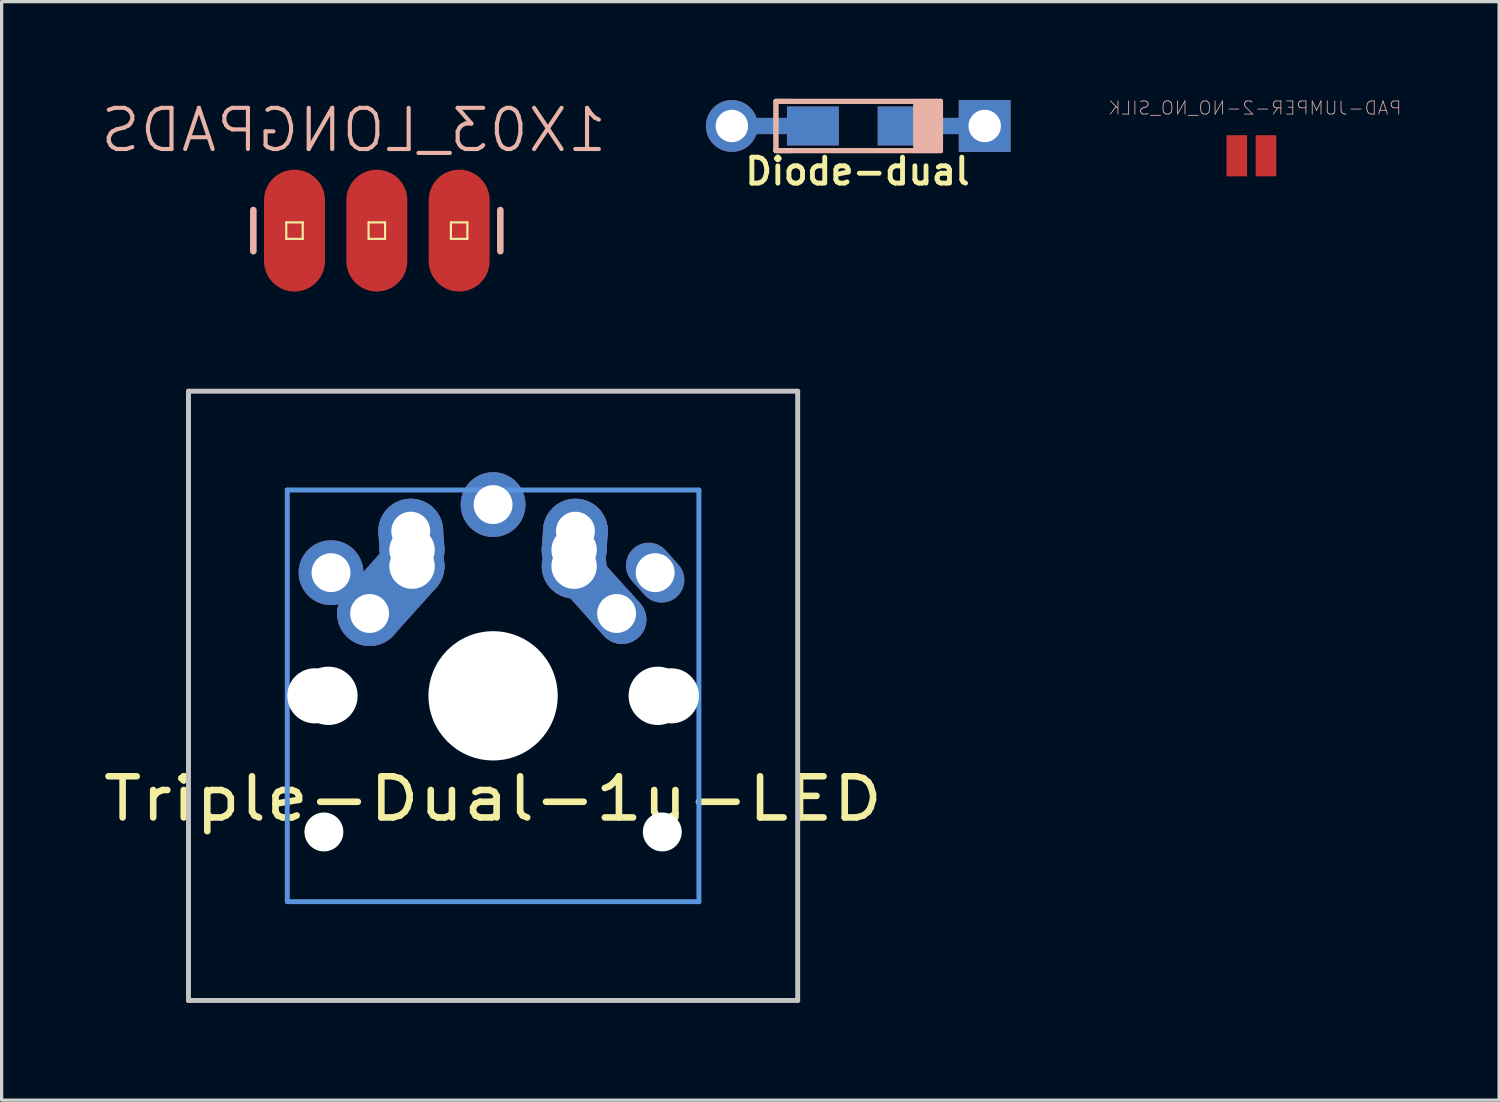
<source format=kicad_pcb>
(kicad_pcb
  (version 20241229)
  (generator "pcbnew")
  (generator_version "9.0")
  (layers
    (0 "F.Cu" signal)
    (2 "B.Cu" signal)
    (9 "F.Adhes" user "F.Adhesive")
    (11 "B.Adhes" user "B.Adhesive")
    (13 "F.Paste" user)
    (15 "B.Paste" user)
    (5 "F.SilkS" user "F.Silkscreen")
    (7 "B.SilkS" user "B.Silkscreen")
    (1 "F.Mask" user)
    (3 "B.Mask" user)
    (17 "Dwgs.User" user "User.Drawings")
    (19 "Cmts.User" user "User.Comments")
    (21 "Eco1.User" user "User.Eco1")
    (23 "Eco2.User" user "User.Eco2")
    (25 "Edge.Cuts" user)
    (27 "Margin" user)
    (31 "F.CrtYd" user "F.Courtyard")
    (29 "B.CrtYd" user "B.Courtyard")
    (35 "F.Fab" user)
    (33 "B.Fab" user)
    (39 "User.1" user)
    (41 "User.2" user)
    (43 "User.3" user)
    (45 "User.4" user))
  (footprint "1X03_LONGPADS"
    (layer "F.Cu")
    (at 6.036 4.065)
    (property "Reference" "1X03_LONGPADS" (at 1.829 -3.099 0) (layer "B.SilkS") (effects (font (size 1.27 1.27) (thickness 0.127)) (justify mirror)))
    (attr exclude_from_pos_files)
    (fp_line (start -0.254 -0.254) (end 0.254 -0.254) (stroke (width 0.066) (type solid)) (layer "F.SilkS"))
    (fp_line (start -0.254 0.254) (end -0.254 -0.254) (stroke (width 0.066) (type solid)) (layer "F.SilkS"))
    (fp_line (start -0.254 0.254) (end 0.254 0.254) (stroke (width 0.066) (type solid)) (layer "F.SilkS"))
    (fp_line (start 0.254 0.254) (end 0.254 -0.254) (stroke (width 0.066) (type solid)) (layer "F.SilkS"))
    (fp_line (start 2.286 -0.254) (end 2.794 -0.254) (stroke (width 0.066) (type solid)) (layer "F.SilkS"))
    (fp_line (start 2.286 0.254) (end 2.286 -0.254) (stroke (width 0.066) (type solid)) (layer "F.SilkS"))
    (fp_line (start 2.286 0.254) (end 2.794 0.254) (stroke (width 0.066) (type solid)) (layer "F.SilkS"))
    (fp_line (start 2.794 0.254) (end 2.794 -0.254) (stroke (width 0.066) (type solid)) (layer "F.SilkS"))
    (fp_line (start 4.826 -0.254) (end 5.334 -0.254) (stroke (width 0.066) (type solid)) (layer "F.SilkS"))
    (fp_line (start 4.826 0.254) (end 4.826 -0.254) (stroke (width 0.066) (type solid)) (layer "F.SilkS"))
    (fp_line (start 4.826 0.254) (end 5.334 0.254) (stroke (width 0.066) (type solid)) (layer "F.SilkS"))
    (fp_line (start 5.334 0.254) (end 5.334 -0.254) (stroke (width 0.066) (type solid)) (layer "F.SilkS"))
    (fp_line (start -1.27 -0.635) (end -1.27 0.635) (stroke (width 0.203) (type solid)) (layer "B.SilkS"))
    (fp_line (start 6.35 -0.635) (end 6.35 0.635) (stroke (width 0.203) (type solid)) (layer "B.SilkS"))
    (pad "1" smd oval (at 0 0) (size 1.88 3.759) (layers "F.Cu" "F.Mask" "F.Paste"))
    (pad "2" smd oval (at 2.54 0) (size 1.88 3.759) (layers "F.Cu" "F.Mask" "F.Paste"))
    (pad "3" smd oval (at 5.08 0) (size 1.88 3.759) (layers "F.Cu" "F.Mask" "F.Paste")))
  (footprint "Triple-Dual-1u-LED"
    (layer "F.Cu")
    (at 12.163 18.418)
    (property "Reference" "Triple-Dual-1u-LED" (at 0 3.175 0) (layer "F.SilkS") (effects (font (size 1.27 1.524) (thickness 0.203))))
    (attr through_hole)
    (fp_line (start -9.398 -9.398) (end 9.398 -9.398) (stroke (width 0.152) (type solid)) (layer "Dwgs.User"))
    (fp_line (start -9.398 9.398) (end -9.398 -9.398) (stroke (width 0.152) (type solid)) (layer "Dwgs.User"))
    (fp_line (start 9.398 -9.398) (end 9.398 9.398) (stroke (width 0.152) (type solid)) (layer "Dwgs.User"))
    (fp_line (start 9.398 9.398) (end -9.398 9.398) (stroke (width 0.152) (type solid)) (layer "Dwgs.User"))
    (fp_line (start -6.35 -6.35) (end 6.35 -6.35) (stroke (width 0.152) (type solid)) (layer "Cmts.User"))
    (fp_line (start -6.35 6.35) (end -6.35 -6.35) (stroke (width 0.152) (type solid)) (layer "Cmts.User"))
    (fp_line (start 6.35 -6.35) (end 6.35 6.35) (stroke (width 0.152) (type solid)) (layer "Cmts.User"))
    (fp_line (start 6.35 6.35) (end -6.35 6.35) (stroke (width 0.152) (type solid)) (layer "Cmts.User"))
    (fp_line (start -6.985 -6.985) (end 6.985 -6.985) (stroke (width 0.152) (type solid)) (layer "Eco2.User"))
    (fp_line (start -6.985 6.985) (end -6.985 -6.985) (stroke (width 0.152) (type solid)) (layer "Eco2.User"))
    (fp_line (start 6.985 -6.985) (end 6.985 6.985) (stroke (width 0.152) (type solid)) (layer "Eco2.User"))
    (fp_line (start 6.985 6.985) (end -6.985 6.985) (stroke (width 0.152) (type solid)) (layer "Eco2.User"))
    (pad "" np_thru_hole circle (at -5.5 0) (size 1.7 1.7) (drill 1.7) (layers "*.Cu"))
    (pad "" np_thru_hole circle (at -5.22 4.2 356.1) (size 1.2 1.2) (drill 1.2) (layers "*.Cu" "*.Mask"))
    (pad "" np_thru_hole circle (at -5.08 0) (size 1.8 1.8) (drill 1.8) (layers "*.Cu"))
    (pad "" np_thru_hole circle (at 0 0) (size 3.988 3.988) (drill 3.988) (layers "*.Cu"))
    (pad "" np_thru_hole circle (at 5.08 0) (size 1.8 1.8) (drill 1.8) (layers "*.Cu"))
    (pad "" np_thru_hole circle (at 5.22 4.2 356.1) (size 1.2 1.2) (drill 1.2) (layers "*.Cu" "*.Mask"))
    (pad "" np_thru_hole circle (at 5.5 0) (size 1.7 1.7) (drill 1.7) (layers "*.Cu"))
    (pad "1" thru_hole circle (at 0 -5.9) (size 2 2) (drill 1.2) (layers "*.Cu" "*.Mask"))
    (pad "1" thru_hole circle (at 2.5 -4.5 331) (size 2 2) (drill 1.4) (layers "*.Cu" "*.Mask"))
    (pad "1" thru_hole circle (at 2.5 -4 90) (size 2 2) (drill 1.4) (layers "*.Cu" "*.Mask"))
    (pad "1" smd oval (at 2.52 -4.79 356.1) (size 2 2.581) (layers "F.Cu" "F.Mask" "F.Paste"))
    (pad "1" smd oval (at 2.52 -4.79 356.1) (size 2 2.581) (layers "B.Cu" "B.Mask" "B.Paste"))
    (pad "1" thru_hole circle (at 2.54 -5.08 331) (size 2 2) (drill 1.2) (layers "*.Cu" "*.Mask"))
    (pad "1" smd oval (at 3.155 -3.27 221.9) (size 1.5 3.962) (layers "F.Cu" "F.Mask" "F.Paste"))
    (pad "1" smd oval (at 3.155 -3.27 221.9) (size 1.5 3.962) (layers "B.Cu" "B.Mask" "B.Paste"))
    (pad "1" thru_hole oval (at 3.81 -2.54 311.9) (size 2 1.5) (drill 1.2) (layers "*.Cu" "*.Mask"))
    (pad "2" thru_hole circle (at -5 -3.8 138.1) (size 2 2) (drill 1.2) (layers "*.Cu" "*.Mask"))
    (pad "2" thru_hole circle (at -3.81 -2.54) (size 2 2) (drill oval 1.2) (layers "*.Cu" "*.Mask"))
    (pad "2" smd oval (at -3.155 -3.27 138.1) (size 2 3.962) (layers "F.Cu" "F.Mask" "F.Paste"))
    (pad "2" smd oval (at -3.155 -3.27 138.1) (size 2 3.962) (layers "B.Cu" "B.Mask" "B.Paste"))
    (pad "2" thru_hole circle (at -2.54 -5.08 331) (size 2 2) (drill 1.2) (layers "*.Cu" "*.Mask"))
    (pad "2" smd oval (at -2.52 -4.79 184) (size 2 2.581) (layers "F.Cu" "F.Mask" "F.Paste"))
    (pad "2" smd oval (at -2.52 -4.79 3.9) (size 2 2.581) (layers "B.Cu" "B.Mask" "B.Paste"))
    (pad "2" thru_hole circle (at -2.5 -4.5 331) (size 2 2) (drill 1.4) (layers "*.Cu" "*.Mask"))
    (pad "2" thru_hole circle (at -2.5 -4 331) (size 2 2) (drill 1.4) (layers "*.Cu" "*.Mask"))
    (pad "2" thru_hole oval (at 5 -3.8 221.9) (size 1.4 2) (drill 1.2) (layers "*.Cu" "*.Mask")))
  (footprint "Diode-dual"
    (layer "F.Cu")
    (at 23.43 0.837)
    (property "Reference" "Diode-dual" (at -0.025 1.4 0) (layer "F.SilkS") (effects (font (size 0.8 0.8) (thickness 0.15))))
    (attr smd)
    (fp_line (start -2.54 -0.762) (end -2.54 0.762) (stroke (width 0.15) (type solid)) (layer "F.SilkS"))
    (fp_line (start -2.54 0.762) (end -2.032 0.762) (stroke (width 0.15) (type solid)) (layer "F.SilkS"))
    (fp_line (start -2.54 0.762) (end 2.54 0.762) (stroke (width 0.15) (type solid)) (layer "F.SilkS"))
    (fp_line (start 1.778 0.762) (end 1.778 -0.762) (stroke (width 0.15) (type solid)) (layer "F.SilkS"))
    (fp_line (start 1.905 0.762) (end 1.905 -0.762) (stroke (width 0.15) (type solid)) (layer "F.SilkS"))
    (fp_line (start 2.032 -0.762) (end 2.032 0.762) (stroke (width 0.15) (type solid)) (layer "F.SilkS"))
    (fp_line (start 2.159 0.762) (end 2.159 -0.762) (stroke (width 0.15) (type solid)) (layer "F.SilkS"))
    (fp_line (start 2.286 -0.762) (end 2.286 0.762) (stroke (width 0.15) (type solid)) (layer "F.SilkS"))
    (fp_line (start 2.413 0.762) (end 2.413 -0.762) (stroke (width 0.15) (type solid)) (layer "F.SilkS"))
    (fp_line (start 2.54 -0.762) (end -2.54 -0.762) (stroke (width 0.15) (type solid)) (layer "F.SilkS"))
    (fp_line (start 2.54 0.762) (end 2.54 -0.762) (stroke (width 0.15) (type solid)) (layer "F.SilkS"))
    (fp_line (start -2.54 -0.762) (end -2.032 -0.762) (stroke (width 0.15) (type solid)) (layer "B.SilkS"))
    (fp_line (start -2.54 -0.762) (end 2.54 -0.762) (stroke (width 0.15) (type solid)) (layer "B.SilkS"))
    (fp_line (start -2.54 0.762) (end -2.54 -0.762) (stroke (width 0.15) (type solid)) (layer "B.SilkS"))
    (fp_line (start 1.778 -0.762) (end 1.778 0.762) (stroke (width 0.15) (type solid)) (layer "B.SilkS"))
    (fp_line (start 1.905 -0.762) (end 1.905 0.762) (stroke (width 0.15) (type solid)) (layer "B.SilkS"))
    (fp_line (start 2.032 0.762) (end 2.032 -0.762) (stroke (width 0.15) (type solid)) (layer "B.SilkS"))
    (fp_line (start 2.159 -0.762) (end 2.159 0.762) (stroke (width 0.15) (type solid)) (layer "B.SilkS"))
    (fp_line (start 2.286 0.762) (end 2.286 -0.762) (stroke (width 0.15) (type solid)) (layer "B.SilkS"))
    (fp_line (start 2.413 -0.762) (end 2.413 0.762) (stroke (width 0.15) (type solid)) (layer "B.SilkS"))
    (fp_line (start 2.54 -0.762) (end 2.54 0.762) (stroke (width 0.15) (type solid)) (layer "B.SilkS"))
    (fp_line (start 2.54 0.762) (end -2.54 0.762) (stroke (width 0.15) (type solid)) (layer "B.SilkS"))
    (pad "1" smd rect (at 1.4 0 180) (size 1.6 1.2) (layers "F.Cu" "F.Mask" "F.Paste"))
    (pad "1" smd rect (at 1.4 0 180) (size 1.6 1.2) (layers "B.Cu" "B.Mask" "B.Paste"))
    (pad "1" smd rect (at 2.5 0 180) (size 2.9 0.5) (layers "F.Cu"))
    (pad "1" smd rect (at 2.5 0 180) (size 2.9 0.5) (layers "B.Cu"))
    (pad "1" thru_hole rect (at 3.9 0 180) (size 1.6 1.6) (drill 1) (layers "*.Cu" "*.Mask"))
    (pad "2" thru_hole circle (at -3.9 0 180) (size 1.6 1.6) (drill 1) (layers "*.Cu" "*.Mask"))
    (pad "2" smd rect (at -2.5 0 180) (size 2.9 0.5) (layers "F.Cu"))
    (pad "2" smd rect (at -2.5 0 180) (size 2.9 0.5) (layers "B.Cu"))
    (pad "2" smd rect (at -1.4 0 180) (size 1.6 1.2) (layers "F.Cu" "F.Mask" "F.Paste"))
    (pad "2" smd rect (at -1.4 0 180) (size 1.6 1.2) (layers "B.Cu" "B.Mask" "B.Paste")))
  (footprint "PAD-JUMPER-2-NO_NO_SILK"
    (layer "F.Cu")
    (at 35.559 1.756)
    (property "Reference" "PAD-JUMPER-2-NO_NO_SILK" (at 0.107 -1.473 0) (layer "B.SilkS") (effects (font (size 0.406 0.406) (thickness 0.025)) (justify mirror)))
    (attr smd)
    (pad "1" smd rect (at -0.45 0 180) (size 0.635 1.27) (layers "F.Cu" "F.Mask" "F.Paste"))
    (pad "2" smd rect (at 0.45 0 180) (size 0.635 1.27) (layers "F.Cu" "F.Mask" "F.Paste")))
  (gr_rect
    (start -3 -3)
    (end 43.201 30.893)
    (stroke (width 0.1) (type default))
    (fill no)
    (layer "Edge.Cuts")))
</source>
